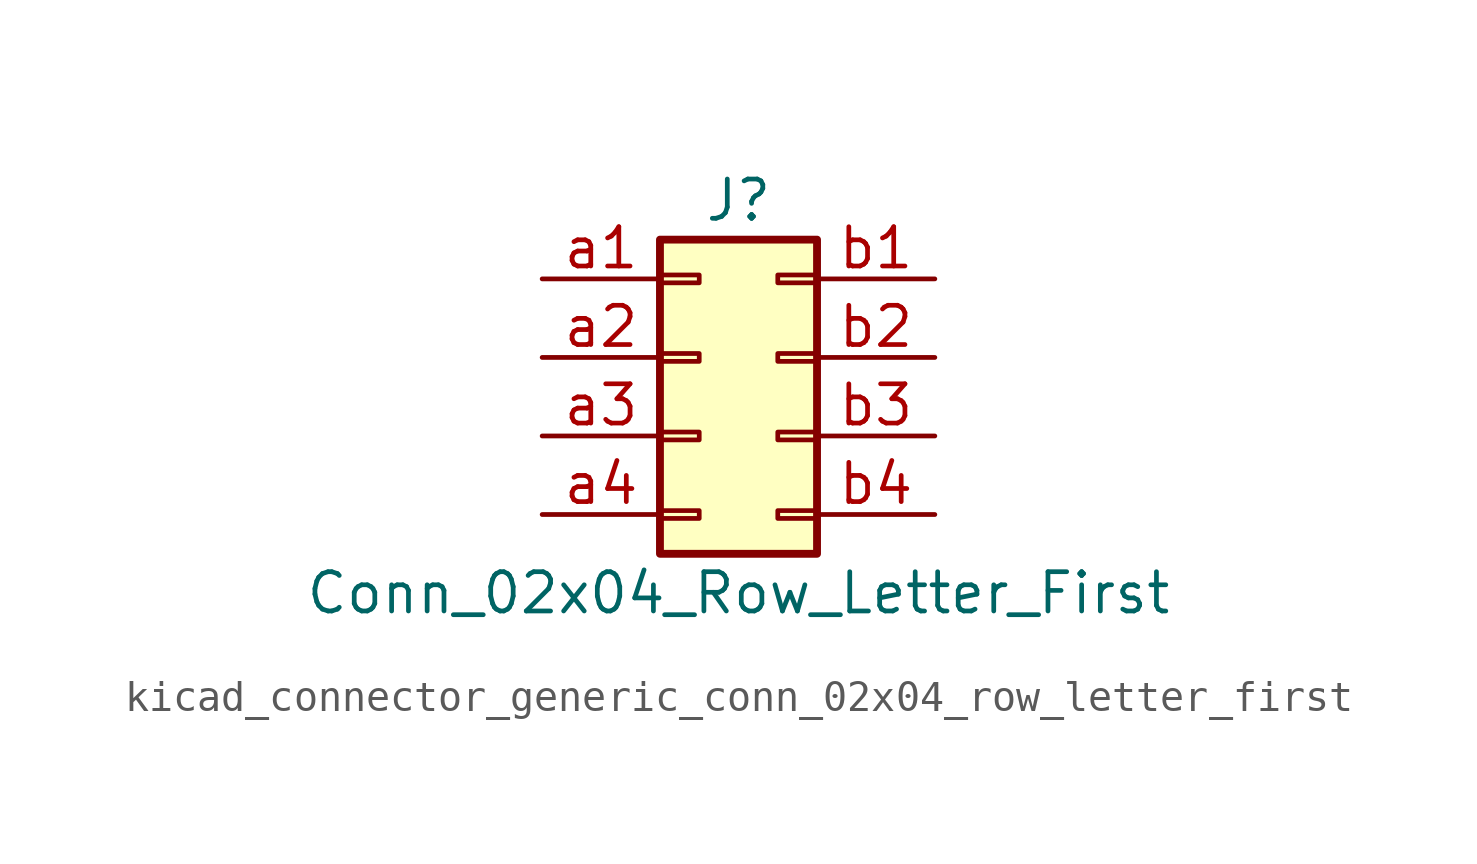
<source format=kicad_sym>
(kicad_symbol_lib
  (version 20220914)
  (generator kicad_symbol_editor)
  (symbol "kicad_connector_generic_conn_02x04_row_letter_first"
    (pin_names
      (offset 1.016) hide)
    (property "Reference" "J"
      (at 1.27 5.08 0)
      (effects (font (size 1.27 1.27))))
    (property "Value" "Conn_02x04_Row_Letter_First"
      (at 1.27 -7.62 0)
      (effects (font (size 1.27 1.27))))
    (symbol "kicad_connector_generic_conn_02x04_row_letter_first_1_1"
      (rectangle (start -1.27 -4.953) (end 0 -5.207) (stroke (width 0.152) (type default)) (fill (type none)))
      (rectangle (start -1.27 -2.413) (end 0 -2.667) (stroke (width 0.152) (type default)) (fill (type none)))
      (rectangle (start -1.27 0.127) (end 0 -0.127) (stroke (width 0.152) (type default)) (fill (type none)))
      (rectangle (start -1.27 2.667) (end 0 2.413) (stroke (width 0.152) (type default)) (fill (type none)))
      (rectangle (start -1.27 3.81) (end 3.81 -6.35) (stroke (width 0.254) (type default)) (fill (type background)))
      (rectangle (start 3.81 -4.953) (end 2.54 -5.207) (stroke (width 0.152) (type default)) (fill (type none)))
      (rectangle (start 3.81 -2.413) (end 2.54 -2.667) (stroke (width 0.152) (type default)) (fill (type none)))
      (rectangle (start 3.81 0.127) (end 2.54 -0.127) (stroke (width 0.152) (type default)) (fill (type none)))
      (rectangle (start 3.81 2.667) (end 2.54 2.413) (stroke (width 0.152) (type default)) (fill (type none)))
      (pin passive line (at -5.08 2.54 0) (length 3.81) (name "Pin_a1" (effects (font (size 1.27 1.27)))) (number "a1" (effects (font (size 1.27 1.27)))))
      (pin passive line (at -5.08 0 0) (length 3.81) (name "Pin_a2" (effects (font (size 1.27 1.27)))) (number "a2" (effects (font (size 1.27 1.27)))))
      (pin passive line (at -5.08 -2.54 0) (length 3.81) (name "Pin_a3" (effects (font (size 1.27 1.27)))) (number "a3" (effects (font (size 1.27 1.27)))))
      (pin passive line (at -5.08 -5.08 0) (length 3.81) (name "Pin_a4" (effects (font (size 1.27 1.27)))) (number "a4" (effects (font (size 1.27 1.27)))))
      (pin passive line (at 7.62 2.54 180) (length 3.81) (name "Pin_b1" (effects (font (size 1.27 1.27)))) (number "b1" (effects (font (size 1.27 1.27)))))
      (pin passive line (at 7.62 0 180) (length 3.81) (name "Pin_b2" (effects (font (size 1.27 1.27)))) (number "b2" (effects (font (size 1.27 1.27)))))
      (pin passive line (at 7.62 -2.54 180) (length 3.81) (name "Pin_b3" (effects (font (size 1.27 1.27)))) (number "b3" (effects (font (size 1.27 1.27)))))
      (pin passive line (at 7.62 -5.08 180) (length 3.81) (name "Pin_b4" (effects (font (size 1.27 1.27)))) (number "b4" (effects (font (size 1.27 1.27))))))))
</source>
